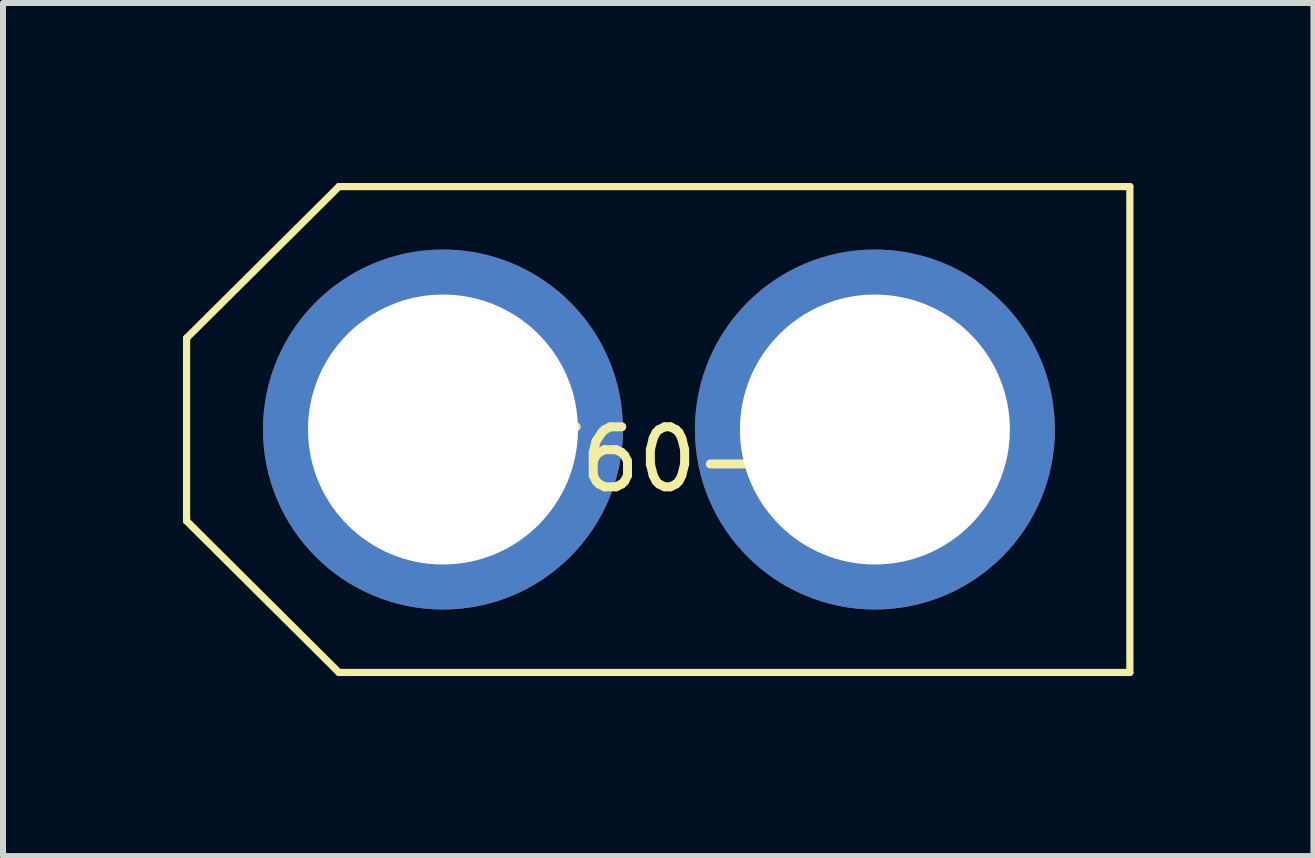
<source format=kicad_pcb>
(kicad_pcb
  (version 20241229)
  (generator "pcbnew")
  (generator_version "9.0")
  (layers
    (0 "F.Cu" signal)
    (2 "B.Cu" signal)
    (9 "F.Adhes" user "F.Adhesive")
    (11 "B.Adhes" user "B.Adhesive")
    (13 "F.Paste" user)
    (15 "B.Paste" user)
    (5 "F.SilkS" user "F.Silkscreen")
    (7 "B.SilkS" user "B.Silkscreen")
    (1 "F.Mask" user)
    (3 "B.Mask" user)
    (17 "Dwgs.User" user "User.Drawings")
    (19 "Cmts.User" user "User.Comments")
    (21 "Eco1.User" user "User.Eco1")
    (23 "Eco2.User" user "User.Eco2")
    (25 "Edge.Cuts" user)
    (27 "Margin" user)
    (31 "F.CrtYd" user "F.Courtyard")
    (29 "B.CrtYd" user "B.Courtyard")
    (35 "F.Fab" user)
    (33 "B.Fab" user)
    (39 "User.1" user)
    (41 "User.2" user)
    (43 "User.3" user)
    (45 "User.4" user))
  (footprint "XT60-M"
    (layer "F.Cu")
    (at 7.934 4.11)
    (property "Reference" "XT60-M" (at 0 0.5 0) (layer "F.SilkS") (effects (font (size 1 1) (thickness 0.15))))
    (attr through_hole)
    (fp_line (start -7.874 -1.524) (end -7.874 1.524) (stroke (width 0.12) (type solid)) (layer "F.SilkS"))
    (fp_line (start -7.874 -1.524) (end -5.334 -4.05) (stroke (width 0.12) (type solid)) (layer "F.SilkS"))
    (fp_line (start -7.874 1.524) (end -5.334 4.05) (stroke (width 0.12) (type solid)) (layer "F.SilkS"))
    (fp_line (start -5.334 -4.05) (end 7.85 -4.05) (stroke (width 0.12) (type solid)) (layer "F.SilkS"))
    (fp_line (start -5.334 4.05) (end 7.85 4.05) (stroke (width 0.12) (type solid)) (layer "F.SilkS"))
    (fp_line (start 7.85 -4.05) (end 7.85 4.05) (stroke (width 0.12) (type solid)) (layer "F.SilkS"))
    (pad "1" thru_hole circle (at -3.6 0) (size 6 6) (drill 4.5) (layers "*.Cu" "*.Mask"))
    (pad "2" thru_hole circle (at 3.6 0) (size 6 6) (drill 4.5) (layers "*.Cu" "*.Mask")))
  (gr_rect
    (start -3 -3)
    (end 18.844 11.22)
    (stroke (width 0.1) (type default))
    (fill no)
    (layer "Edge.Cuts")))
</source>
